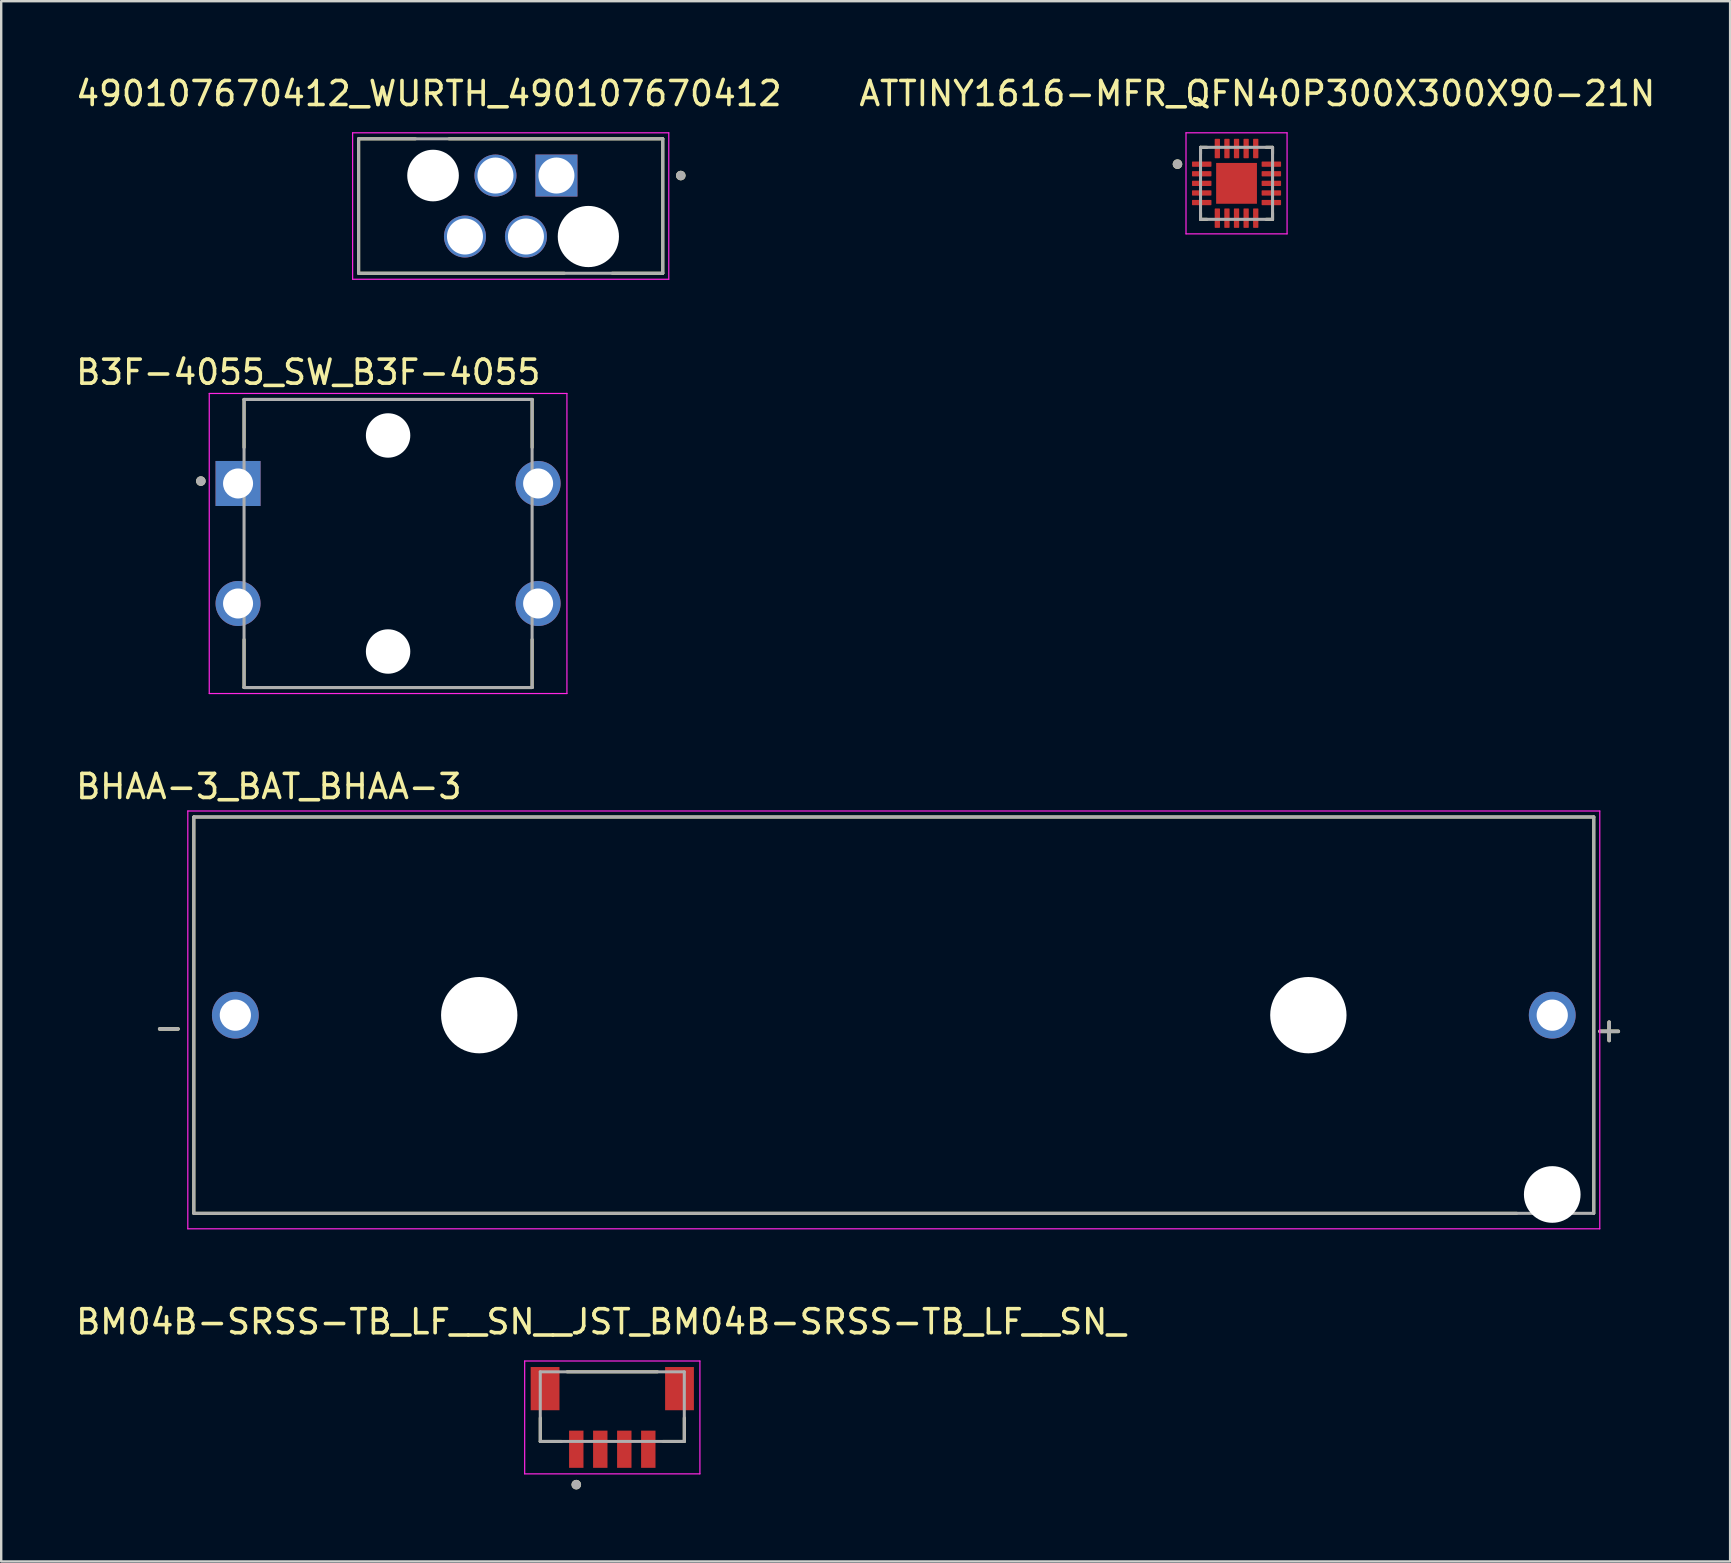
<source format=kicad_pcb>
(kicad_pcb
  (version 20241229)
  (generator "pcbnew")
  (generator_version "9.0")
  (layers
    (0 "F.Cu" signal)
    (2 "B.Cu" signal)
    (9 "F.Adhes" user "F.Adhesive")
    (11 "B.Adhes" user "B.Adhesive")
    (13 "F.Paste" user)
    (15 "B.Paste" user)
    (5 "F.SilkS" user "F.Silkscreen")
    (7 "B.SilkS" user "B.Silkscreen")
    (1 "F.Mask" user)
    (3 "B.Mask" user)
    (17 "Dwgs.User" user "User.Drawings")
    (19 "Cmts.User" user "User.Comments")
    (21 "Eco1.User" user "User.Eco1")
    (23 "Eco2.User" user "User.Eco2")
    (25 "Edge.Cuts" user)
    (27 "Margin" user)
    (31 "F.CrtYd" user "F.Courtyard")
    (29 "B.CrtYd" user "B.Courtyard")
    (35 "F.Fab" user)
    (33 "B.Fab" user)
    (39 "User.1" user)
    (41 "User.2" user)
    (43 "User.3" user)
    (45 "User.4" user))
  (footprint "BM04B-SRSS-TB_LF__SN__JST_BM04B-SRSS-TB_LF__SN_"
    (layer "F.Cu")
    (at 22.457 54.798)
    (property "Reference" "BM04B-SRSS-TB_LF__SN__JST_BM04B-SRSS-TB_LF__SN_" (at -0.475 -2.785 0) (layer "F.SilkS") (effects (font (size 1 1) (thickness 0.15))))
    (attr smd)
    (fp_line (start -3 2.2) (end -3 1.22) (stroke (width 0.127) (type solid)) (layer "F.SilkS"))
    (fp_line (start -2.12 2.2) (end -3 2.2) (stroke (width 0.127) (type solid)) (layer "F.SilkS"))
    (fp_line (start -1.88 -0.7) (end 1.88 -0.7) (stroke (width 0.127) (type solid)) (layer "F.SilkS"))
    (fp_line (start 3 2.2) (end 2.12 2.2) (stroke (width 0.127) (type solid)) (layer "F.SilkS"))
    (fp_line (start 3 2.2) (end 3 1.22) (stroke (width 0.127) (type solid)) (layer "F.SilkS"))
    (fp_circle (center -1.5 4) (end -1.4 4) (stroke (width 0.2) (type solid)) (fill no) (layer "F.SilkS"))
    (fp_line (start -3.65 -1.15) (end -3.65 3.55) (stroke (width 0.05) (type solid)) (layer "F.CrtYd"))
    (fp_line (start -3.65 3.55) (end 3.65 3.55) (stroke (width 0.05) (type solid)) (layer "F.CrtYd"))
    (fp_line (start 3.65 -1.15) (end -3.65 -1.15) (stroke (width 0.05) (type solid)) (layer "F.CrtYd"))
    (fp_line (start 3.65 3.55) (end 3.65 -1.15) (stroke (width 0.05) (type solid)) (layer "F.CrtYd"))
    (fp_line (start -3 -0.7) (end 3 -0.7) (stroke (width 0.127) (type solid)) (layer "F.Fab"))
    (fp_line (start -3 2.2) (end -3 -0.7) (stroke (width 0.127) (type solid)) (layer "F.Fab"))
    (fp_line (start 3 -0.7) (end 3 2.2) (stroke (width 0.127) (type solid)) (layer "F.Fab"))
    (fp_line (start 3 2.2) (end -3 2.2) (stroke (width 0.127) (type solid)) (layer "F.Fab"))
    (fp_circle (center -1.5 4) (end -1.4 4) (stroke (width 0.2) (type solid)) (fill no) (layer "F.Fab"))
    (pad "1" smd rect (at -1.5 2.525) (size 0.6 1.55) (layers "F.Cu" "F.Mask" "F.Paste"))
    (pad "2" smd rect (at -0.5 2.525) (size 0.6 1.55) (layers "F.Cu" "F.Mask" "F.Paste"))
    (pad "3" smd rect (at 0.5 2.525) (size 0.6 1.55) (layers "F.Cu" "F.Mask" "F.Paste"))
    (pad "4" smd rect (at 1.5 2.525) (size 0.6 1.55) (layers "F.Cu" "F.Mask" "F.Paste"))
    (pad "S1" smd rect (at -2.8 0) (size 1.2 1.8) (layers "F.Cu" "F.Mask" "F.Paste"))
    (pad "S2" smd rect (at 2.8 0) (size 1.2 1.8) (layers "F.Cu" "F.Mask" "F.Paste")))
  (footprint "BHAA-3_BAT_BHAA-3"
    (layer "F.Cu")
    (at 34.184 39.24)
    (property "Reference" "BHAA-3_BAT_BHAA-3" (at -26.035 -9.525 0) (layer "F.SilkS") (effects (font (size 1 1) (thickness 0.15))))
    (attr through_hole)
    (fp_line (start -29.16 -8.255) (end 29.16 -8.255) (stroke (width 0.127) (type solid)) (layer "F.SilkS"))
    (fp_line (start -29.16 8.255) (end -29.16 -8.255) (stroke (width 0.127) (type solid)) (layer "F.SilkS"))
    (fp_line (start 25.95 8.255) (end -29.16 8.255) (stroke (width 0.127) (type solid)) (layer "F.SilkS"))
    (fp_line (start 29.16 -8.255) (end 29.16 8.255) (stroke (width 0.127) (type solid)) (layer "F.SilkS"))
    (fp_line (start -29.41 -8.505) (end 29.41 -8.505) (stroke (width 0.05) (type solid)) (layer "F.CrtYd"))
    (fp_line (start -29.41 8.9) (end -29.41 -8.505) (stroke (width 0.05) (type solid)) (layer "F.CrtYd"))
    (fp_line (start 29.41 -8.505) (end 29.41 8.9) (stroke (width 0.05) (type solid)) (layer "F.CrtYd"))
    (fp_line (start 29.41 8.9) (end -29.41 8.9) (stroke (width 0.05) (type solid)) (layer "F.CrtYd"))
    (fp_line (start -29.16 -8.255) (end 29.16 -8.255) (stroke (width 0.127) (type solid)) (layer "F.Fab"))
    (fp_line (start -29.16 8.255) (end -29.16 -8.255) (stroke (width 0.127) (type solid)) (layer "F.Fab"))
    (fp_line (start 29.16 -8.255) (end 29.16 8.255) (stroke (width 0.127) (type solid)) (layer "F.Fab"))
    (fp_line (start 29.16 8.255) (end -29.16 8.255) (stroke (width 0.127) (type solid)) (layer "F.Fab"))
    (fp_text user "-" (at -30.2 0.5 0) (layer "F.SilkS") (effects (font (size 1 1) (thickness 0.15))))
    (fp_text user "+" (at 29.8 0.6 0) (layer "F.SilkS") (effects (font (size 1 1) (thickness 0.15))))
    (fp_text user "-" (at -30.2 0.5 0) (layer "F.Fab") (effects (font (size 1 1) (thickness 0.15))))
    (fp_text user "+" (at 29.8 0.6 0) (layer "F.Fab") (effects (font (size 1 1) (thickness 0.15))))
    (pad "" np_thru_hole circle (at -17.27 0) (size 3.18 3.18) (drill 3.18) (layers "*.Cu" "*.Mask"))
    (pad "" np_thru_hole circle (at 17.27 0) (size 3.18 3.18) (drill 3.18) (layers "*.Cu" "*.Mask"))
    (pad "" np_thru_hole circle (at 27.43 7.47) (size 2.36 2.36) (drill 2.36) (layers "*.Cu" "*.Mask"))
    (pad "+" thru_hole circle (at 27.43 0) (size 1.95 1.95) (drill 1.3) (layers "*.Cu" "*.Mask"))
    (pad "-" thru_hole circle (at -27.43 0) (size 1.95 1.95) (drill 1.3) (layers "*.Cu" "*.Mask")))
  (footprint "ATTINY1616-MFR_QFN40P300X300X90-21N"
    (layer "F.Cu")
    (at 48.462 4.588)
    (property "Reference" "ATTINY1616-MFR_QFN40P300X300X90-21N" (at 0.865 -3.74 0) (layer "F.SilkS") (effects (font (size 1 1) (thickness 0.15))))
    (attr smd)
    (fp_line (start -1.5 -1.5) (end -1.5 -1.23) (stroke (width 0.127) (type solid)) (layer "F.SilkS"))
    (fp_line (start -1.5 -1.5) (end -1.23 -1.5) (stroke (width 0.127) (type solid)) (layer "F.SilkS"))
    (fp_line (start -1.5 1.5) (end -1.5 1.23) (stroke (width 0.127) (type solid)) (layer "F.SilkS"))
    (fp_line (start -1.5 1.5) (end -1.23 1.5) (stroke (width 0.127) (type solid)) (layer "F.SilkS"))
    (fp_line (start 1.5 -1.5) (end 1.23 -1.5) (stroke (width 0.127) (type solid)) (layer "F.SilkS"))
    (fp_line (start 1.5 -1.5) (end 1.5 -1.23) (stroke (width 0.127) (type solid)) (layer "F.SilkS"))
    (fp_line (start 1.5 1.5) (end 1.23 1.5) (stroke (width 0.127) (type solid)) (layer "F.SilkS"))
    (fp_line (start 1.5 1.5) (end 1.5 1.23) (stroke (width 0.127) (type solid)) (layer "F.SilkS"))
    (fp_circle (center -2.46 -0.8) (end -2.36 -0.8) (stroke (width 0.2) (type solid)) (fill no) (layer "F.SilkS"))
    (fp_poly (pts (xy -0.54 -0.54) (xy 0.54 -0.54) (xy 0.54 0.54) (xy -0.54 0.54)) (stroke (width 0.01) (type solid)) (fill yes) (layer "F.Paste"))
    (fp_line (start -2.105 -2.105) (end 2.105 -2.105) (stroke (width 0.05) (type solid)) (layer "F.CrtYd"))
    (fp_line (start -2.105 2.105) (end -2.105 -2.105) (stroke (width 0.05) (type solid)) (layer "F.CrtYd"))
    (fp_line (start -2.105 2.105) (end 2.105 2.105) (stroke (width 0.05) (type solid)) (layer "F.CrtYd"))
    (fp_line (start 2.105 2.105) (end 2.105 -2.105) (stroke (width 0.05) (type solid)) (layer "F.CrtYd"))
    (fp_line (start -1.5 1.5) (end -1.5 -1.5) (stroke (width 0.127) (type solid)) (layer "F.Fab"))
    (fp_line (start 1.5 -1.5) (end -1.5 -1.5) (stroke (width 0.127) (type solid)) (layer "F.Fab"))
    (fp_line (start 1.5 1.5) (end -1.5 1.5) (stroke (width 0.127) (type solid)) (layer "F.Fab"))
    (fp_line (start 1.5 1.5) (end 1.5 -1.5) (stroke (width 0.127) (type solid)) (layer "F.Fab"))
    (fp_circle (center -2.46 -0.8) (end -2.36 -0.8) (stroke (width 0.2) (type solid)) (fill no) (layer "F.Fab"))
    (pad "1" smd roundrect (at -1.45 -0.8) (size 0.81 0.22) (layers "F.Cu" "F.Mask" "F.Paste") (roundrect_rratio 0.125))
    (pad "2" smd roundrect (at -1.45 -0.4) (size 0.81 0.22) (layers "F.Cu" "F.Mask" "F.Paste") (roundrect_rratio 0.125))
    (pad "3" smd roundrect (at -1.45 0) (size 0.81 0.22) (layers "F.Cu" "F.Mask" "F.Paste") (roundrect_rratio 0.125))
    (pad "4" smd roundrect (at -1.45 0.4) (size 0.81 0.22) (layers "F.Cu" "F.Mask" "F.Paste") (roundrect_rratio 0.125))
    (pad "5" smd roundrect (at -1.45 0.8) (size 0.81 0.22) (layers "F.Cu" "F.Mask" "F.Paste") (roundrect_rratio 0.125))
    (pad "6" smd roundrect (at -0.8 1.45) (size 0.22 0.81) (layers "F.Cu" "F.Mask" "F.Paste") (roundrect_rratio 0.125))
    (pad "7" smd roundrect (at -0.4 1.45) (size 0.22 0.81) (layers "F.Cu" "F.Mask" "F.Paste") (roundrect_rratio 0.125))
    (pad "8" smd roundrect (at 0 1.45) (size 0.22 0.81) (layers "F.Cu" "F.Mask" "F.Paste") (roundrect_rratio 0.125))
    (pad "9" smd roundrect (at 0.4 1.45) (size 0.22 0.81) (layers "F.Cu" "F.Mask" "F.Paste") (roundrect_rratio 0.125))
    (pad "10" smd roundrect (at 0.8 1.45) (size 0.22 0.81) (layers "F.Cu" "F.Mask" "F.Paste") (roundrect_rratio 0.125))
    (pad "11" smd roundrect (at 1.45 0.8) (size 0.81 0.22) (layers "F.Cu" "F.Mask" "F.Paste") (roundrect_rratio 0.125))
    (pad "12" smd roundrect (at 1.45 0.4) (size 0.81 0.22) (layers "F.Cu" "F.Mask" "F.Paste") (roundrect_rratio 0.125))
    (pad "13" smd roundrect (at 1.45 0) (size 0.81 0.22) (layers "F.Cu" "F.Mask" "F.Paste") (roundrect_rratio 0.125))
    (pad "14" smd roundrect (at 1.45 -0.4) (size 0.81 0.22) (layers "F.Cu" "F.Mask" "F.Paste") (roundrect_rratio 0.125))
    (pad "15" smd roundrect (at 1.45 -0.8) (size 0.81 0.22) (layers "F.Cu" "F.Mask" "F.Paste") (roundrect_rratio 0.125))
    (pad "16" smd roundrect (at 0.8 -1.45) (size 0.22 0.81) (layers "F.Cu" "F.Mask" "F.Paste") (roundrect_rratio 0.125))
    (pad "17" smd roundrect (at 0.4 -1.45) (size 0.22 0.81) (layers "F.Cu" "F.Mask" "F.Paste") (roundrect_rratio 0.125))
    (pad "18" smd roundrect (at 0 -1.45) (size 0.22 0.81) (layers "F.Cu" "F.Mask" "F.Paste") (roundrect_rratio 0.125))
    (pad "19" smd roundrect (at -0.4 -1.45) (size 0.22 0.81) (layers "F.Cu" "F.Mask" "F.Paste") (roundrect_rratio 0.125))
    (pad "20" smd roundrect (at -0.8 -1.45) (size 0.22 0.81) (layers "F.Cu" "F.Mask" "F.Paste") (roundrect_rratio 0.125))
    (pad "21" smd rect (at 0 0) (size 1.7 1.7) (layers "F.Cu" "F.Mask")))
  (footprint "B3F-4055_SW_B3F-4055"
    (layer "F.Cu")
    (at 13.117 19.591)
    (property "Reference" "B3F-4055_SW_B3F-4055" (at -3.325 -7.135 0) (layer "F.SilkS") (effects (font (size 1 1) (thickness 0.15))))
    (attr through_hole)
    (fp_line (start -6 -6) (end 6 -6) (stroke (width 0.127) (type solid)) (layer "F.SilkS"))
    (fp_line (start -6 -4) (end -6 -6) (stroke (width 0.127) (type solid)) (layer "F.SilkS"))
    (fp_line (start -6 4) (end -6 6) (stroke (width 0.127) (type solid)) (layer "F.SilkS"))
    (fp_line (start -6 6) (end 6 6) (stroke (width 0.127) (type solid)) (layer "F.SilkS"))
    (fp_line (start 6 -6) (end 6 -4) (stroke (width 0.127) (type solid)) (layer "F.SilkS"))
    (fp_line (start 6 6) (end 6 4) (stroke (width 0.127) (type solid)) (layer "F.SilkS"))
    (fp_circle (center -7.8 -2.6) (end -7.7 -2.6) (stroke (width 0.2) (type solid)) (fill no) (layer "F.SilkS"))
    (fp_line (start -7.45 -6.25) (end -7.45 6.25) (stroke (width 0.05) (type solid)) (layer "F.CrtYd"))
    (fp_line (start -7.45 6.25) (end 7.45 6.25) (stroke (width 0.05) (type solid)) (layer "F.CrtYd"))
    (fp_line (start 7.45 -6.25) (end -7.45 -6.25) (stroke (width 0.05) (type solid)) (layer "F.CrtYd"))
    (fp_line (start 7.45 6.25) (end 7.45 -6.25) (stroke (width 0.05) (type solid)) (layer "F.CrtYd"))
    (fp_line (start -6 -6) (end -6 6) (stroke (width 0.127) (type solid)) (layer "F.Fab"))
    (fp_line (start -6 6) (end 6 6) (stroke (width 0.127) (type solid)) (layer "F.Fab"))
    (fp_line (start 6 -6) (end -6 -6) (stroke (width 0.127) (type solid)) (layer "F.Fab"))
    (fp_line (start 6 6) (end 6 -6) (stroke (width 0.127) (type solid)) (layer "F.Fab"))
    (fp_circle (center -7.8 -2.6) (end -7.7 -2.6) (stroke (width 0.2) (type solid)) (fill no) (layer "F.Fab"))
    (pad "" np_thru_hole circle (at 0 -4.5) (size 1.85 1.85) (drill 1.85) (layers "*.Cu" "*.Mask"))
    (pad "" np_thru_hole circle (at 0 4.5) (size 1.85 1.85) (drill 1.85) (layers "*.Cu" "*.Mask"))
    (pad "1" thru_hole rect (at -6.25 -2.5) (size 1.875 1.875) (drill 1.25) (layers "*.Cu" "*.Mask"))
    (pad "2" thru_hole circle (at 6.25 -2.5) (size 1.875 1.875) (drill 1.25) (layers "*.Cu" "*.Mask"))
    (pad "3" thru_hole circle (at -6.25 2.5) (size 1.875 1.875) (drill 1.25) (layers "*.Cu" "*.Mask"))
    (pad "4" thru_hole circle (at 6.25 2.5) (size 1.875 1.875) (drill 1.25) (layers "*.Cu" "*.Mask")))
  (footprint "490107670412_WURTH_490107670412"
    (layer "F.Cu")
    (at 18.225 5.533)
    (property "Reference" "490107670412_WURTH_490107670412" (at -3.41 -4.685 0) (layer "F.SilkS") (effects (font (size 1 1) (thickness 0.15))))
    (attr through_hole)
    (fp_line (start -6.335 -2.8) (end -3.97 -2.8) (stroke (width 0.127) (type solid)) (layer "F.SilkS"))
    (fp_line (start -6.335 2.8) (end -6.335 -2.8) (stroke (width 0.127) (type solid)) (layer "F.SilkS"))
    (fp_line (start -2.57 -2.8) (end 6.335 -2.8) (stroke (width 0.127) (type solid)) (layer "F.SilkS"))
    (fp_line (start 2.23 2.8) (end -6.335 2.8) (stroke (width 0.127) (type solid)) (layer "F.SilkS"))
    (fp_line (start 6.335 -2.8) (end 6.335 2.8) (stroke (width 0.127) (type solid)) (layer "F.SilkS"))
    (fp_line (start 6.335 2.8) (end 4.23 2.8) (stroke (width 0.127) (type solid)) (layer "F.SilkS"))
    (fp_circle (center 7.085 -1.27) (end 7.185 -1.27) (stroke (width 0.2) (type solid)) (fill no) (layer "F.SilkS"))
    (fp_line (start -6.585 -3.05) (end -6.585 3.05) (stroke (width 0.05) (type solid)) (layer "F.CrtYd"))
    (fp_line (start -6.585 3.05) (end 6.585 3.05) (stroke (width 0.05) (type solid)) (layer "F.CrtYd"))
    (fp_line (start 6.585 -3.05) (end -6.585 -3.05) (stroke (width 0.05) (type solid)) (layer "F.CrtYd"))
    (fp_line (start 6.585 3.05) (end 6.585 -3.05) (stroke (width 0.05) (type solid)) (layer "F.CrtYd"))
    (fp_line (start -6.335 -2.8) (end 6.335 -2.8) (stroke (width 0.127) (type solid)) (layer "F.Fab"))
    (fp_line (start -6.335 2.8) (end -6.335 -2.8) (stroke (width 0.127) (type solid)) (layer "F.Fab"))
    (fp_line (start 6.335 -2.8) (end 6.335 2.8) (stroke (width 0.127) (type solid)) (layer "F.Fab"))
    (fp_line (start 6.335 2.8) (end -6.335 2.8) (stroke (width 0.127) (type solid)) (layer "F.Fab"))
    (fp_circle (center 7.085 -1.27) (end 7.185 -1.27) (stroke (width 0.2) (type solid)) (fill no) (layer "F.Fab"))
    (pad "" np_thru_hole circle (at -3.235 -1.27) (size 2.15 2.15) (drill 2.15) (layers "*.Cu" "*.Mask"))
    (pad "" np_thru_hole circle (at 3.235 1.27) (size 2.55 2.55) (drill 2.55) (layers "*.Cu" "*.Mask"))
    (pad "1" thru_hole rect (at 1.905 -1.27) (size 1.75 1.75) (drill 1.5) (layers "*.Cu" "*.Mask"))
    (pad "2" thru_hole circle (at 0.635 1.27) (size 1.75 1.75) (drill 1.5) (layers "*.Cu" "*.Mask"))
    (pad "3" thru_hole circle (at -0.635 -1.27) (size 1.75 1.75) (drill 1.5) (layers "*.Cu" "*.Mask"))
    (pad "4" thru_hole circle (at -1.905 1.27) (size 1.75 1.75) (drill 1.5) (layers "*.Cu" "*.Mask")))
  (gr_rect
    (start -3 -3)
    (end 69.024 61.998)
    (stroke (width 0.1) (type default))
    (fill no)
    (layer "Edge.Cuts")))
</source>
